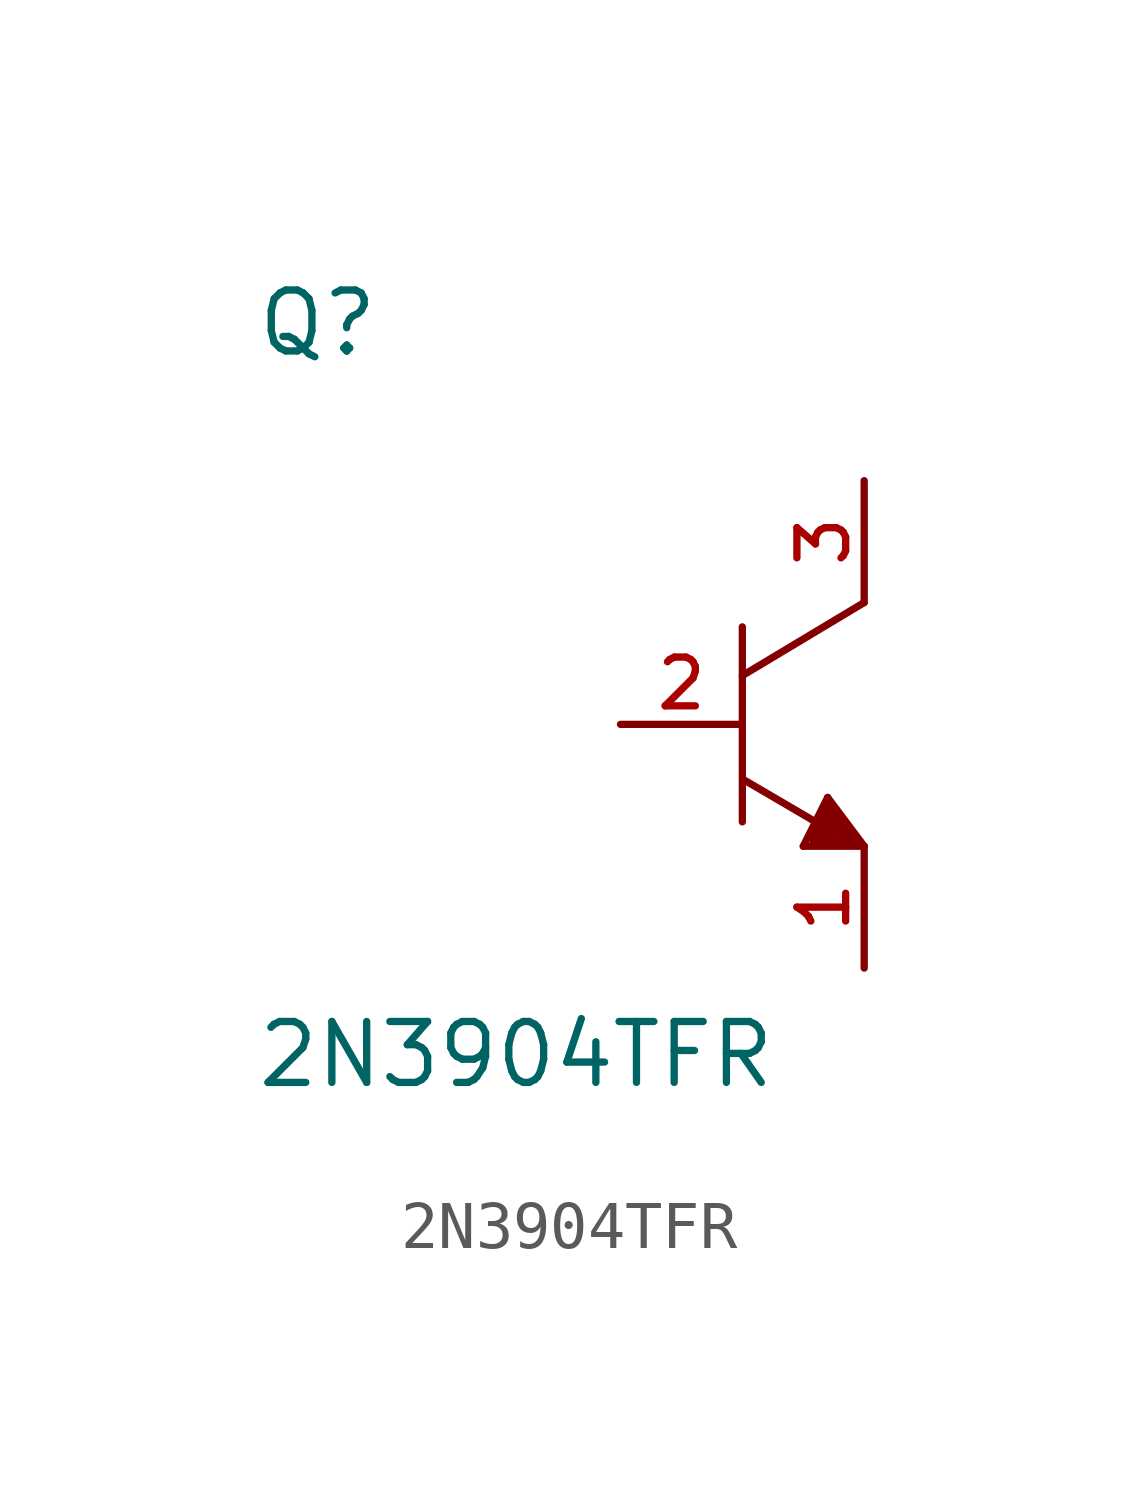
<source format=kicad_sym>
(kicad_symbol_lib
  (version 20211014)
  (generator kicad_symbol_editor)
  (symbol "2N3904TFR"
    (pin_names
      (offset 1.016))
    (property "Reference" "Q"
      (at -10.162 7.621 0)
      (effects (font (size 1.27 1.27)) (justify bottom left)))
    (property "Value" "2N3904TFR"
      (at -10.169 -7.627 0)
      (effects (font (size 1.27 1.27)) (justify bottom left)))
    (symbol "2N3904TFR_0_0"
      (polyline (pts (xy 2.54 2.54) (xy 0.0 1.016)) (stroke (width 0.152)))
      (polyline (pts (xy 1.778 -1.524) (xy 2.54 -2.54)) (stroke (width 0.152)))
      (polyline (pts (xy 2.54 -2.54) (xy 1.27 -2.54)) (stroke (width 0.152)))
      (polyline (pts (xy 1.27 -2.54) (xy 1.778 -1.524)) (stroke (width 0.152)))
      (polyline (pts (xy 1.54 -2.04) (xy 0.054 -1.17)) (stroke (width 0.152)))
      (polyline (pts (xy 1.524 -2.413) (xy 2.286 -2.413)) (stroke (width 0.254)))
      (polyline (pts (xy 2.286 -2.413) (xy 1.778 -1.778)) (stroke (width 0.254)))
      (polyline (pts (xy 1.778 -1.778) (xy 1.524 -2.286)) (stroke (width 0.254)))
      (polyline (pts (xy 1.524 -2.286) (xy 1.905 -2.286)) (stroke (width 0.254)))
      (polyline (pts (xy 1.905 -2.286) (xy 1.778 -2.032)) (stroke (width 0.254)))
      (polyline (pts (xy 0.0 -2.032) (xy 0.0 2.032)) (stroke (width 0.152)))
      (pin passive line (at -2.54 0.0 0) (length 2.54) (name "~" (effects (font (size 1.016 1.016)))) (number "2" (effects (font (size 1.016 1.016)))))
      (pin passive line (at 2.54 -5.08 90.0) (length 2.54) (name "~" (effects (font (size 1.016 1.016)))) (number "1" (effects (font (size 1.016 1.016)))))
      (pin passive line (at 2.54 5.08 270.0) (length 2.54) (name "~" (effects (font (size 1.016 1.016)))) (number "3" (effects (font (size 1.016 1.016))))))))
</source>
